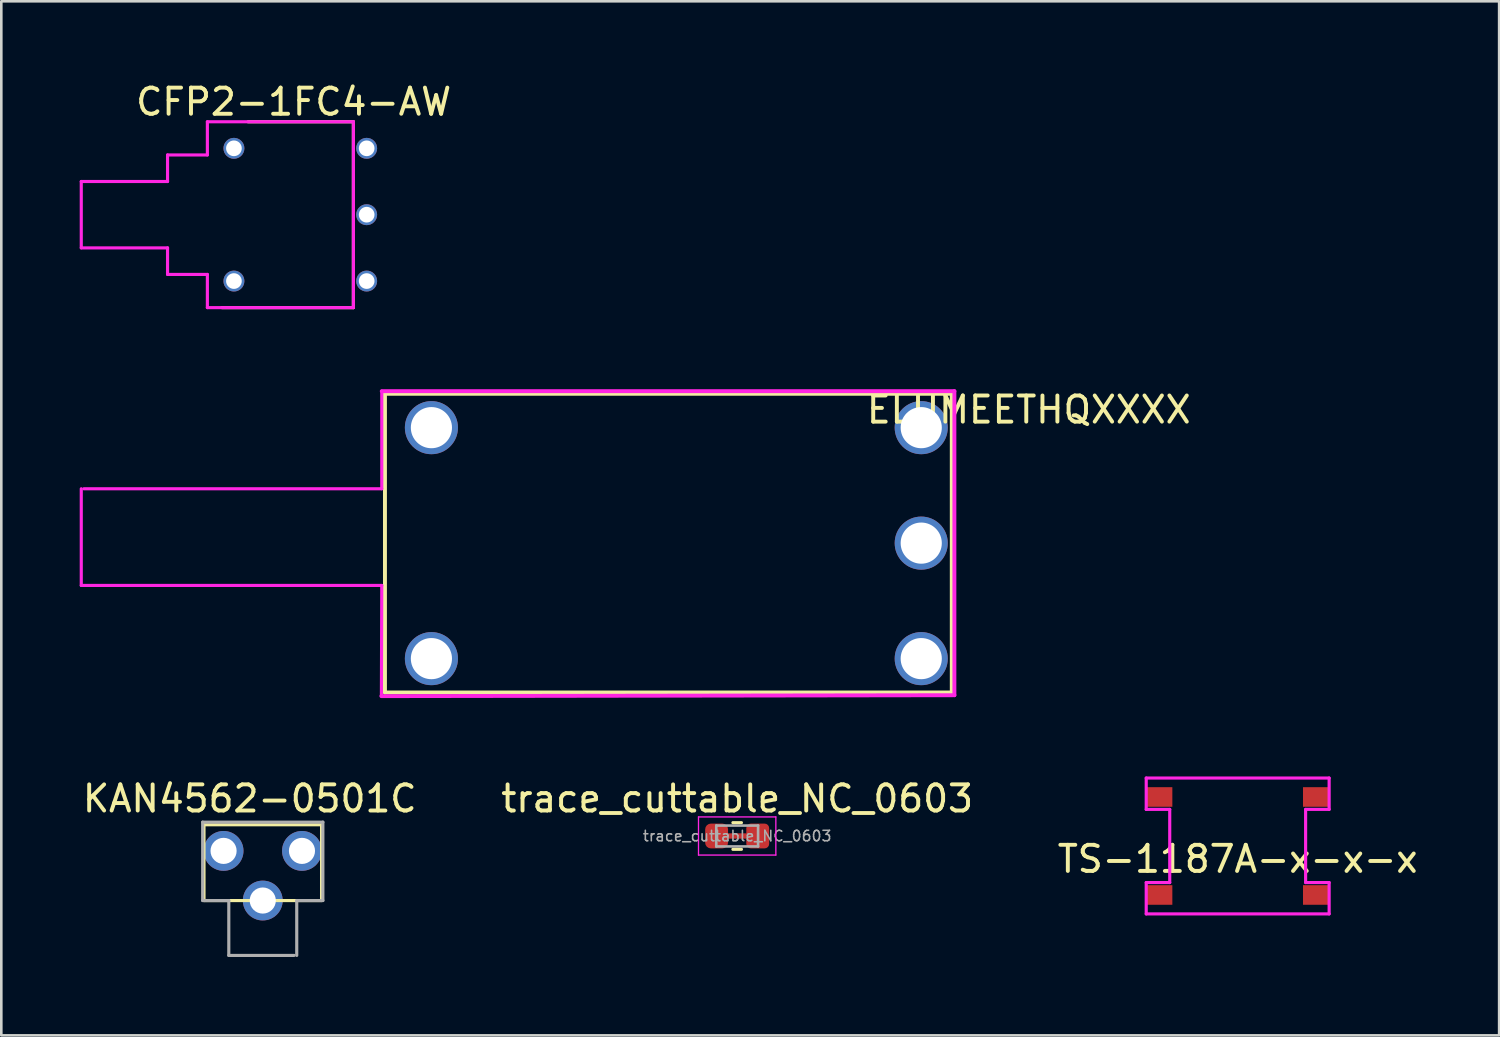
<source format=kicad_pcb>
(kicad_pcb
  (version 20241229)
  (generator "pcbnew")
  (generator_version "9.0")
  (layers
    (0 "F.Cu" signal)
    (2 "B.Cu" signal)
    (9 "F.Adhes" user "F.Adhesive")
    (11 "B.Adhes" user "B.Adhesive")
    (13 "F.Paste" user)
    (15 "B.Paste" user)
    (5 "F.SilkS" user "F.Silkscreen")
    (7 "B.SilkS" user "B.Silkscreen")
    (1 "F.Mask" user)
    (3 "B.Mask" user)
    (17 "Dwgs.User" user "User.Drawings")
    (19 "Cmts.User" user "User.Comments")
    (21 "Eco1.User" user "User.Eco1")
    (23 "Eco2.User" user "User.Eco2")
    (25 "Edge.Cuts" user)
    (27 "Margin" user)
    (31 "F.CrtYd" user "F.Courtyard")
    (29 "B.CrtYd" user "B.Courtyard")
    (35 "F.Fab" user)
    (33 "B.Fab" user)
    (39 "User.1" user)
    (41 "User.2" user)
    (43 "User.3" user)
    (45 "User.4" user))
  (footprint "ELUMEETHQXXXX"
    (layer "F.Cu")
    (at 13.46 22.155)
    (property "Reference" "ELUMEETHQXXXX" (at 22.86 -9.525 0) (layer "F.SilkS") (effects (font (size 1 1) (thickness 0.15))))
    (attr through_hole)
    (fp_line (start -1.778 1.295) (end -1.778 -10.135) (stroke (width 0.15) (type solid)) (layer "F.SilkS"))
    (fp_line (start -1.778 1.295) (end 19.914 1.295) (stroke (width 0.15) (type solid)) (layer "F.SilkS"))
    (fp_line (start 19.914 -10.135) (end -1.778 -10.135) (stroke (width 0.15) (type solid)) (layer "F.SilkS"))
    (fp_line (start 19.914 -10.135) (end 19.914 1.295) (stroke (width 0.15) (type solid)) (layer "F.SilkS"))
    (fp_line (start -13.4 -6.5) (end -13.4 -2.8) (stroke (width 0.12) (type solid)) (layer "F.CrtYd"))
    (fp_line (start -13.4 -2.8) (end -1.9 -2.8) (stroke (width 0.12) (type solid)) (layer "F.CrtYd"))
    (fp_line (start -1.914 1.435) (end 20.014 1.4) (stroke (width 0.15) (type solid)) (layer "F.CrtYd"))
    (fp_line (start -1.9 -6.5) (end -13.3 -6.5) (stroke (width 0.12) (type solid)) (layer "F.CrtYd"))
    (fp_line (start -1.9 -6.5) (end -1.9 -10.235) (stroke (width 0.12) (type solid)) (layer "F.CrtYd"))
    (fp_line (start -1.9 -2.8) (end -1.914 1.435) (stroke (width 0.12) (type solid)) (layer "F.CrtYd"))
    (fp_line (start 20.014 -10.235) (end -1.9 -10.235) (stroke (width 0.15) (type solid)) (layer "F.CrtYd"))
    (fp_line (start 20.014 -10.235) (end 20.014 1.4) (stroke (width 0.15) (type solid)) (layer "F.CrtYd"))
    (pad "1" thru_hole circle (at 18.745 0) (size 2.032 2.032) (drill 1.575) (layers "*.Cu" "*.Mask"))
    (pad "2" thru_hole circle (at 18.745 -4.42) (size 2.032 2.032) (drill 1.575) (layers "*.Cu" "*.Mask"))
    (pad "3" thru_hole circle (at 18.745 -8.839) (size 2.032 2.032) (drill 1.575) (layers "*.Cu" "*.Mask"))
    (pad "4" thru_hole circle (at 0 -8.839) (size 2.032 2.032) (drill 1.575) (layers "*.Cu" "*.Mask"))
    (pad "5" thru_hole circle (at 0 0) (size 2.032 2.032) (drill 1.575) (layers "*.Cu" "*.Mask")))
  (footprint "trace_cuttable_NC_0603"
    (layer "F.Cu")
    (at 25.161 28.943)
    (property "Reference" "trace_cuttable_NC_0603" (at 0 -1.43 0) (layer "F.SilkS") (effects (font (size 1 1) (thickness 0.15))))
    (attr smd)
    (fp_line (start -0.356 0) (end 0.356 0) (stroke (width 0.203) (type solid)) (layer "F.Cu"))
    (fp_line (start -0.163 -0.51) (end 0.163 -0.51) (stroke (width 0.12) (type solid)) (layer "F.SilkS"))
    (fp_line (start -0.163 0.51) (end 0.163 0.51) (stroke (width 0.12) (type solid)) (layer "F.SilkS"))
    (fp_line (start -1.48 -0.73) (end 1.48 -0.73) (stroke (width 0.05) (type solid)) (layer "F.CrtYd"))
    (fp_line (start -1.48 0.73) (end -1.48 -0.73) (stroke (width 0.05) (type solid)) (layer "F.CrtYd"))
    (fp_line (start 1.48 -0.73) (end 1.48 0.73) (stroke (width 0.05) (type solid)) (layer "F.CrtYd"))
    (fp_line (start 1.48 0.73) (end -1.48 0.73) (stroke (width 0.05) (type solid)) (layer "F.CrtYd"))
    (fp_line (start -0.8 -0.4) (end 0.8 -0.4) (stroke (width 0.1) (type solid)) (layer "F.Fab"))
    (fp_line (start -0.8 0.4) (end -0.8 -0.4) (stroke (width 0.1) (type solid)) (layer "F.Fab"))
    (fp_line (start 0.8 -0.4) (end 0.8 0.4) (stroke (width 0.1) (type solid)) (layer "F.Fab"))
    (fp_line (start 0.8 0.4) (end -0.8 0.4) (stroke (width 0.1) (type solid)) (layer "F.Fab"))
    (fp_text user "${REFERENCE}" (at 0 0 0) (layer "F.Fab") (effects (font (size 0.4 0.4) (thickness 0.06))))
    (pad "1" smd roundrect (at -0.787 0) (size 0.875 0.95) (layers "F.Cu" "F.Mask" "F.Paste") (roundrect_rratio 0.25))
    (pad "2" smd roundrect (at 0.787 0) (size 0.875 0.95) (layers "F.Cu" "F.Mask" "F.Paste") (roundrect_rratio 0.2)))
  (footprint "CFP2-1FC4-AW"
    (layer "F.Cu")
    (at 8.442 5.166)
    (property "Reference" "CFP2-1FC4-AW" (at -0.254 -4.318 0) (layer "F.SilkS") (effects (font (size 1 1) (thickness 0.15))))
    (attr through_hole)
    (fp_line (start 2.032 -3.556) (end -2 -3.556) (stroke (width 0.12) (type solid)) (layer "F.SilkS"))
    (fp_line (start 2.032 -3.556) (end 2.032 3.556) (stroke (width 0.12) (type solid)) (layer "F.SilkS"))
    (fp_line (start 2.032 3.556) (end -3 3.556) (stroke (width 0.12) (type solid)) (layer "F.SilkS"))
    (fp_line (start -8.382 -1.27) (end -8.382 1.27) (stroke (width 0.12) (type solid)) (layer "F.CrtYd"))
    (fp_line (start -8.382 1.27) (end -5.08 1.27) (stroke (width 0.12) (type solid)) (layer "F.CrtYd"))
    (fp_line (start -5.08 -2.286) (end -5.08 -1.27) (stroke (width 0.12) (type solid)) (layer "F.CrtYd"))
    (fp_line (start -5.08 -1.27) (end -8.382 -1.27) (stroke (width 0.12) (type solid)) (layer "F.CrtYd"))
    (fp_line (start -5.08 1.27) (end -5.08 2.286) (stroke (width 0.12) (type solid)) (layer "F.CrtYd"))
    (fp_line (start -5.08 2.286) (end -3.556 2.286) (stroke (width 0.12) (type solid)) (layer "F.CrtYd"))
    (fp_line (start -3.556 -3.556) (end -3.556 -2.286) (stroke (width 0.12) (type solid)) (layer "F.CrtYd"))
    (fp_line (start -3.556 -2.286) (end -5.08 -2.286) (stroke (width 0.12) (type solid)) (layer "F.CrtYd"))
    (fp_line (start -3.556 2.286) (end -3.556 3.556) (stroke (width 0.12) (type solid)) (layer "F.CrtYd"))
    (fp_line (start -3.556 3.556) (end 2.032 3.556) (stroke (width 0.12) (type solid)) (layer "F.CrtYd"))
    (fp_line (start 2.032 -3.556) (end -3.556 -3.556) (stroke (width 0.12) (type solid)) (layer "F.CrtYd"))
    (fp_line (start 2.032 3.556) (end 2.032 -3.556) (stroke (width 0.12) (type solid)) (layer "F.CrtYd"))
    (pad "1" thru_hole circle (at 2.54 -2.54) (size 0.8 0.8) (drill 0.6) (layers "*.Cu" "*.Mask"))
    (pad "2" thru_hole circle (at 2.54 0) (size 0.8 0.8) (drill 0.6) (layers "*.Cu" "*.Mask"))
    (pad "3" thru_hole circle (at 2.54 2.54) (size 0.8 0.8) (drill 0.6) (layers "*.Cu" "*.Mask"))
    (pad "~" thru_hole circle (at -2.54 -2.54) (size 0.8 0.8) (drill 0.6) (layers "*.Cu" "*.Mask"))
    (pad "~" thru_hole circle (at -2.54 2.54) (size 0.8 0.8) (drill 0.6) (layers "*.Cu" "*.Mask")))
  (footprint "TS-1187A-x-x-x"
    (layer "F.Cu")
    (at 44.315 29.325)
    (property "Reference" "TS-1187A-x-x-x" (at 0 0.5 0) (layer "F.SilkS") (effects (font (size 1 1) (thickness 0.15))))
    (attr through_hole)
    (fp_line (start -3.5 -2.6) (end -3.5 -1.4) (stroke (width 0.12) (type solid)) (layer "F.CrtYd"))
    (fp_line (start -3.5 -1.4) (end -2.6 -1.4) (stroke (width 0.12) (type solid)) (layer "F.CrtYd"))
    (fp_line (start -3.5 1.4) (end -3.5 2.6) (stroke (width 0.12) (type solid)) (layer "F.CrtYd"))
    (fp_line (start -3.5 2.6) (end 3.5 2.6) (stroke (width 0.12) (type solid)) (layer "F.CrtYd"))
    (fp_line (start -2.6 -1.4) (end -2.6 1.4) (stroke (width 0.12) (type solid)) (layer "F.CrtYd"))
    (fp_line (start -2.6 1.4) (end -3.5 1.4) (stroke (width 0.12) (type solid)) (layer "F.CrtYd"))
    (fp_line (start 2.6 -1.4) (end 3.5 -1.4) (stroke (width 0.12) (type solid)) (layer "F.CrtYd"))
    (fp_line (start 2.6 1.4) (end 2.6 -1.4) (stroke (width 0.12) (type solid)) (layer "F.CrtYd"))
    (fp_line (start 3.5 -2.6) (end -3.5 -2.6) (stroke (width 0.12) (type solid)) (layer "F.CrtYd"))
    (fp_line (start 3.5 -1.4) (end 3.5 -2.6) (stroke (width 0.12) (type solid)) (layer "F.CrtYd"))
    (fp_line (start 3.5 1.4) (end 2.6 1.4) (stroke (width 0.12) (type solid)) (layer "F.CrtYd"))
    (fp_line (start 3.5 2.6) (end 3.5 1.4) (stroke (width 0.12) (type solid)) (layer "F.CrtYd"))
    (pad "1" smd rect (at -3 1.875) (size 1 0.75) (layers "F.Cu" "F.Mask" "F.Paste"))
    (pad "1" smd rect (at 3 1.875) (size 1 0.75) (layers "F.Cu" "F.Mask" "F.Paste"))
    (pad "2" smd rect (at -3 -1.875) (size 1 0.75) (layers "F.Cu" "F.Mask" "F.Paste"))
    (pad "2" smd rect (at 3 -1.875) (size 1 0.75) (layers "F.Cu" "F.Mask" "F.Paste")))
  (footprint "KAN4562-0501C"
    (layer "F.Cu")
    (at 5.506 29.513)
    (property "Reference" "KAN4562-0501C" (at 1 -2 0) (layer "F.SilkS") (effects (font (size 1 1) (thickness 0.15))))
    (attr through_hole)
    (fp_line (start -0.75 -1) (end -0.75 1.9) (stroke (width 0.12) (type solid)) (layer "F.SilkS"))
    (fp_line (start 3.75 -1) (end -0.75 -1) (stroke (width 0.12) (type solid)) (layer "F.SilkS"))
    (fp_line (start 3.75 -1) (end 3.75 1.9) (stroke (width 0.12) (type solid)) (layer "F.SilkS"))
    (fp_line (start 3.75 1.9) (end -0.75 1.9) (stroke (width 0.12) (type solid)) (layer "F.SilkS"))
    (fp_line (start -0.8 -1.1) (end 3.8 -1.1) (stroke (width 0.12) (type solid)) (layer "F.Fab"))
    (fp_line (start -0.8 1.9) (end -0.8 -1.1) (stroke (width 0.12) (type solid)) (layer "F.Fab"))
    (fp_line (start 0.2 1.9) (end -0.8 1.9) (stroke (width 0.12) (type solid)) (layer "F.Fab"))
    (fp_line (start 0.2 4) (end 0.2 1.9) (stroke (width 0.12) (type solid)) (layer "F.Fab"))
    (fp_line (start 2.7 4) (end 0.2 4) (stroke (width 0.12) (type solid)) (layer "F.Fab"))
    (fp_line (start 2.8 1.9) (end 2.8 4) (stroke (width 0.12) (type solid)) (layer "F.Fab"))
    (fp_line (start 3.8 -1.1) (end 3.8 1.9) (stroke (width 0.12) (type solid)) (layer "F.Fab"))
    (fp_line (start 3.8 1.9) (end 2.8 1.9) (stroke (width 0.12) (type solid)) (layer "F.Fab"))
    (pad "1" thru_hole circle (at 0 0) (size 1.524 1.524) (drill 1) (layers "*.Cu" "*.Mask"))
    (pad "2" thru_hole circle (at 3 0) (size 1.524 1.524) (drill 1) (layers "*.Cu" "*.Mask"))
    (pad "~" thru_hole circle (at 1.5 1.9) (size 1.524 1.524) (drill 1) (layers "*.Cu" "*.Mask")))
  (gr_rect
    (start -3 -3)
    (end 54.321 36.573)
    (stroke (width 0.1) (type default))
    (fill no)
    (layer "Edge.Cuts")))
</source>
